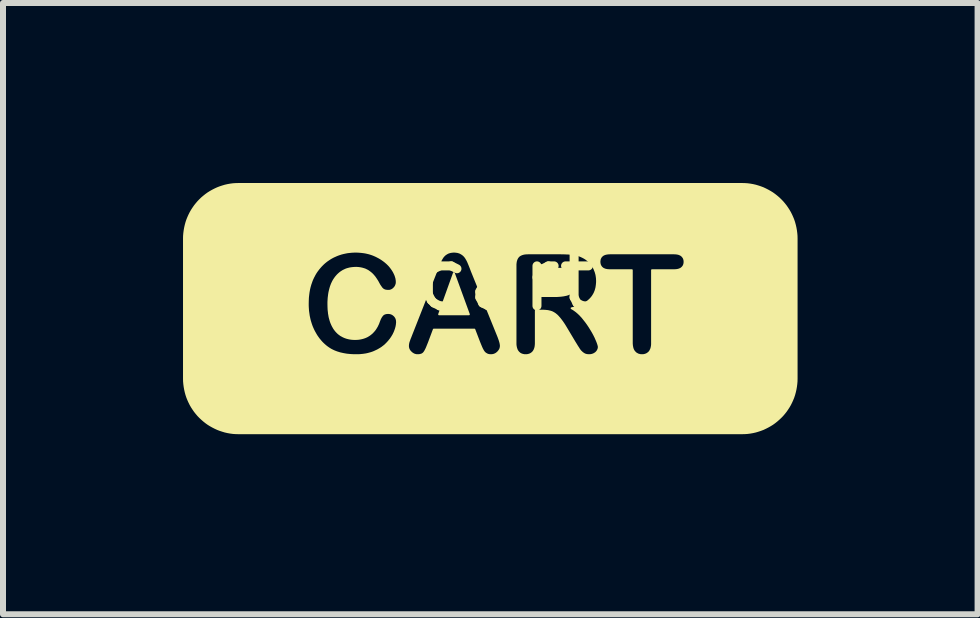
<source format=kicad_pcb>
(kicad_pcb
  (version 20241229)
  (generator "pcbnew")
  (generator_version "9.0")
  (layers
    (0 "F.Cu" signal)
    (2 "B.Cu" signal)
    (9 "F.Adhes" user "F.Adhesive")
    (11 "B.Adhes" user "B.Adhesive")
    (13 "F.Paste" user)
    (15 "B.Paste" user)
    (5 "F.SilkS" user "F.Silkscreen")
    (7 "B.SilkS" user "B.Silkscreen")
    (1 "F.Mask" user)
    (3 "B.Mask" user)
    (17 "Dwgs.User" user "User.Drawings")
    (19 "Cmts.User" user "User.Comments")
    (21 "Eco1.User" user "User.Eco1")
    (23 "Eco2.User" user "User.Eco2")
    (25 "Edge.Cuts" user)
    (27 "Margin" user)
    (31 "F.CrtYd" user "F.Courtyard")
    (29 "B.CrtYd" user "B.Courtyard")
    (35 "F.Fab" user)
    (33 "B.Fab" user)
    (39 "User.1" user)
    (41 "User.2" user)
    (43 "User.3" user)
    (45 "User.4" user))
  (footprint "cart"
    (layer "F.Cu")
    (at 5.375 2.093)
    (property "Reference" "cart" (at 0 -0.5 0) (unlocked yes) (layer "F.SilkS") (effects (font (size 1 1) (thickness 0.15))))
    (attr smd)
    (fp_poly (pts (xy -0.61 0.096) (xy -1.108 0.096) (xy -0.861 -0.592)) (stroke (width 0.03) (type solid)) (fill yes) (layer "F.SilkS"))
    (fp_poly (pts (xy 0.857 -0.666) (xy 0.896 -0.664) (xy 0.913 -0.664) (xy 0.93 -0.663) (xy 0.946 -0.661) (xy 0.961 -0.66) (xy 0.975 -0.658) (xy 0.988 -0.656) (xy 1.001 -0.654) (xy 1.012 -0.652) (xy 1.023 -0.65) (xy 1.032 -0.647) (xy 1.041 -0.644) (xy 1.049 -0.641) (xy 1.056 -0.638) (xy 1.064 -0.634) (xy 1.071 -0.63) (xy 1.078 -0.626) (xy 1.085 -0.622) (xy 1.092 -0.618) (xy 1.098 -0.613) (xy 1.105 -0.608) (xy 1.111 -0.603) (xy 1.116 -0.598) (xy 1.122 -0.592) (xy 1.127 -0.587) (xy 1.132 -0.581) (xy 1.137 -0.574) (xy 1.142 -0.568) (xy 1.147 -0.562) (xy 1.151 -0.555) (xy 1.155 -0.548) (xy 1.159 -0.541) (xy 1.162 -0.534) (xy 1.165 -0.527) (xy 1.168 -0.52) (xy 1.171 -0.512) (xy 1.173 -0.505) (xy 1.175 -0.497) (xy 1.177 -0.489) (xy 1.178 -0.482) (xy 1.18 -0.473) (xy 1.181 -0.465) (xy 1.181 -0.457) (xy 1.182 -0.448) (xy 1.182 -0.44) (xy 1.182 -0.429) (xy 1.181 -0.418) (xy 1.18 -0.408) (xy 1.179 -0.398) (xy 1.177 -0.388) (xy 1.176 -0.379) (xy 1.173 -0.369) (xy 1.171 -0.361) (xy 1.168 -0.352) (xy 1.164 -0.344) (xy 1.161 -0.336) (xy 1.157 -0.328) (xy 1.153 -0.32) (xy 1.148 -0.313) (xy 1.143 -0.307) (xy 1.137 -0.3) (xy 1.132 -0.294) (xy 1.126 -0.288) (xy 1.12 -0.282) (xy 1.113 -0.277) (xy 1.107 -0.271) (xy 1.099 -0.266) (xy 1.092 -0.262) (xy 1.084 -0.257) (xy 1.076 -0.253) (xy 1.068 -0.249) (xy 1.059 -0.245) (xy 1.05 -0.241) (xy 1.041 -0.237) (xy 1.031 -0.234) (xy 1.021 -0.231) (xy 1.011 -0.228) (xy 0.99 -0.224) (xy 0.967 -0.219) (xy 0.944 -0.216) (xy 0.919 -0.213) (xy 0.892 -0.211) (xy 0.865 -0.209) (xy 0.836 -0.208) (xy 0.807 -0.208) (xy 0.504 -0.208) (xy 0.504 -0.666) (xy 0.816 -0.666)) (stroke (width 0.03) (type solid)) (fill yes) (layer "F.SilkS"))
    (fp_poly (pts (xy 3.985 -2.077) (xy 4.032 -2.074) (xy 4.078 -2.068) (xy 4.123 -2.06) (xy 4.167 -2.05) (xy 4.211 -2.037) (xy 4.253 -2.023) (xy 4.295 -2.007) (xy 4.335 -1.988) (xy 4.374 -1.968) (xy 4.413 -1.946) (xy 4.45 -1.923) (xy 4.486 -1.897) (xy 4.52 -1.87) (xy 4.553 -1.842) (xy 4.585 -1.811) (xy 4.615 -1.78) (xy 4.644 -1.746) (xy 4.671 -1.712) (xy 4.696 -1.676) (xy 4.72 -1.639) (xy 4.742 -1.601) (xy 4.762 -1.561) (xy 4.78 -1.521) (xy 4.797 -1.479) (xy 4.811 -1.437) (xy 4.823 -1.393) (xy 4.833 -1.349) (xy 4.841 -1.304) (xy 4.847 -1.258) (xy 4.851 -1.212) (xy 4.852 -1.165) (xy 4.852 1.164) (xy 4.851 1.212) (xy 4.847 1.258) (xy 4.841 1.304) (xy 4.833 1.349) (xy 4.823 1.393) (xy 4.811 1.437) (xy 4.797 1.479) (xy 4.78 1.521) (xy 4.762 1.561) (xy 4.742 1.601) (xy 4.72 1.639) (xy 4.696 1.676) (xy 4.671 1.712) (xy 4.644 1.746) (xy 4.615 1.78) (xy 4.585 1.811) (xy 4.553 1.841) (xy 4.52 1.87) (xy 4.486 1.897) (xy 4.45 1.923) (xy 4.413 1.946) (xy 4.374 1.968) (xy 4.335 1.988) (xy 4.295 2.007) (xy 4.253 2.023) (xy 4.211 2.037) (xy 4.167 2.05) (xy 4.123 2.06) (xy 4.078 2.068) (xy 4.032 2.074) (xy 3.985 2.077) (xy 3.938 2.078) (xy -4.446 2.078) (xy -4.493 2.077) (xy -4.54 2.074) (xy -4.586 2.068) (xy -4.631 2.06) (xy -4.675 2.05) (xy -4.718 2.037) (xy -4.761 2.023) (xy -4.802 2.007) (xy -4.843 1.988) (xy -4.882 1.968) (xy -4.921 1.946) (xy -4.958 1.923) (xy -4.994 1.897) (xy -5.028 1.87) (xy -5.061 1.841) (xy -5.093 1.811) (xy -5.123 1.78) (xy -5.152 1.746) (xy -5.179 1.712) (xy -5.204 1.676) (xy -5.228 1.639) (xy -5.25 1.601) (xy -5.27 1.561) (xy -5.288 1.521) (xy -5.305 1.479) (xy -5.319 1.437) (xy -5.331 1.393) (xy -5.341 1.349) (xy -5.349 1.304) (xy -5.355 1.258) (xy -5.359 1.212) (xy -5.36 1.164) (xy -5.36 -0.084) (xy -3.295 -0.084) (xy -3.295 -0.053) (xy -3.294 -0.023) (xy -3.292 0.007) (xy -3.29 0.037) (xy -3.286 0.066) (xy -3.282 0.094) (xy -3.278 0.122) (xy -3.272 0.15) (xy -3.266 0.178) (xy -3.259 0.205) (xy -3.251 0.231) (xy -3.243 0.257) (xy -3.234 0.283) (xy -3.224 0.309) (xy -3.213 0.334) (xy -3.202 0.358) (xy -3.19 0.382) (xy -3.177 0.405) (xy -3.164 0.428) (xy -3.151 0.45) (xy -3.136 0.472) (xy -3.121 0.493) (xy -3.106 0.513) (xy -3.089 0.533) (xy -3.08 0.544) (xy -3.071 0.554) (xy -3.061 0.565) (xy -3.052 0.574) (xy -3.042 0.584) (xy -3.032 0.593) (xy -3.022 0.603) (xy -3.012 0.611) (xy -3.002 0.62) (xy -2.992 0.628) (xy -2.981 0.637) (xy -2.971 0.644) (xy -2.96 0.652) (xy -2.95 0.659) (xy -2.939 0.666) (xy -2.928 0.673) (xy -2.906 0.686) (xy -2.882 0.698) (xy -2.859 0.709) (xy -2.834 0.719) (xy -2.81 0.728) (xy -2.784 0.736) (xy -2.758 0.744) (xy -2.731 0.75) (xy -2.704 0.756) (xy -2.676 0.761) (xy -2.647 0.766) (xy -2.617 0.769) (xy -2.587 0.772) (xy -2.556 0.774) (xy -2.524 0.775) (xy -2.491 0.775) (xy -2.47 0.775) (xy -2.449 0.775) (xy -2.428 0.774) (xy -2.407 0.772) (xy -2.387 0.77) (xy -2.367 0.768) (xy -2.348 0.765) (xy -2.328 0.762) (xy -2.309 0.758) (xy -2.291 0.754) (xy -2.273 0.749) (xy -2.255 0.744) (xy -2.237 0.739) (xy -2.22 0.733) (xy -2.203 0.727) (xy -2.187 0.72) (xy -2.171 0.713) (xy -2.155 0.705) (xy -2.139 0.698) (xy -2.124 0.69) (xy -2.11 0.682) (xy -2.095 0.673) (xy -2.081 0.665) (xy -2.068 0.656) (xy -2.054 0.647) (xy -2.042 0.637) (xy -2.029 0.628) (xy -2.024 0.623) (xy -1.625 0.623) (xy -1.625 0.631) (xy -1.624 0.638) (xy -1.623 0.645) (xy -1.622 0.652) (xy -1.62 0.659) (xy -1.618 0.666) (xy -1.616 0.673) (xy -1.613 0.679) (xy -1.61 0.686) (xy -1.606 0.692) (xy -1.602 0.699) (xy -1.598 0.705) (xy -1.593 0.711) (xy -1.588 0.717) (xy -1.582 0.723) (xy -1.576 0.729) (xy -1.57 0.735) (xy -1.564 0.74) (xy -1.557 0.745) (xy -1.551 0.749) (xy -1.544 0.754) (xy -1.538 0.757) (xy -1.531 0.761) (xy -1.524 0.764) (xy -1.517 0.767) (xy -1.509 0.769) (xy -1.502 0.771) (xy -1.495 0.773) (xy -1.487 0.774) (xy -1.479 0.775) (xy -1.472 0.775) (xy -1.464 0.775) (xy -1.455 0.775) (xy -1.446 0.775) (xy -1.437 0.774) (xy -1.429 0.773) (xy -1.421 0.771) (xy -1.413 0.769) (xy -1.406 0.767) (xy -1.399 0.765) (xy -1.393 0.762) (xy -1.386 0.759) (xy -1.38 0.755) (xy -1.378 0.753) (xy -1.375 0.751) (xy -1.372 0.749) (xy -1.37 0.747) (xy -1.367 0.745) (xy -1.365 0.742) (xy -1.362 0.74) (xy -1.36 0.738) (xy -1.358 0.735) (xy -1.356 0.732) (xy -1.347 0.72) (xy -1.338 0.705) (xy -1.329 0.688) (xy -1.319 0.668) (xy -1.309 0.645) (xy -1.299 0.62) (xy -1.288 0.593) (xy -1.276 0.563) (xy -1.196 0.349) (xy -0.519 0.349) (xy -0.439 0.558) (xy -0.422 0.6) (xy -0.402 0.648) (xy -0.396 0.66) (xy -0.391 0.672) (xy -0.385 0.682) (xy -0.38 0.692) (xy -0.375 0.701) (xy -0.37 0.709) (xy -0.367 0.713) (xy -0.365 0.717) (xy -0.362 0.72) (xy -0.36 0.723) (xy -0.357 0.726) (xy -0.355 0.729) (xy -0.352 0.732) (xy -0.35 0.735) (xy -0.347 0.737) (xy -0.344 0.74) (xy -0.341 0.742) (xy -0.338 0.745) (xy -0.335 0.747) (xy -0.332 0.749) (xy -0.329 0.751) (xy -0.326 0.753) (xy -0.322 0.755) (xy -0.319 0.757) (xy -0.316 0.759) (xy -0.312 0.761) (xy -0.308 0.763) (xy -0.305 0.764) (xy -0.301 0.766) (xy -0.297 0.767) (xy -0.293 0.769) (xy -0.289 0.77) (xy -0.285 0.771) (xy -0.281 0.772) (xy -0.276 0.773) (xy -0.272 0.773) (xy -0.268 0.774) (xy -0.263 0.775) (xy -0.258 0.775) (xy -0.254 0.775) (xy -0.249 0.775) (xy -0.244 0.775) (xy -0.235 0.775) (xy -0.227 0.775) (xy -0.219 0.774) (xy -0.211 0.772) (xy -0.203 0.771) (xy -0.196 0.769) (xy -0.188 0.766) (xy -0.181 0.764) (xy -0.174 0.76) (xy -0.167 0.757) (xy -0.16 0.753) (xy -0.153 0.749) (xy -0.147 0.744) (xy -0.14 0.739) (xy -0.134 0.733) (xy -0.128 0.728) (xy -0.122 0.722) (xy -0.116 0.715) (xy -0.111 0.709) (xy -0.107 0.703) (xy -0.102 0.696) (xy -0.098 0.69) (xy -0.094 0.683) (xy -0.091 0.677) (xy -0.088 0.67) (xy -0.086 0.663) (xy -0.084 0.656) (xy -0.082 0.649) (xy -0.081 0.642) (xy -0.08 0.635) (xy -0.079 0.628) (xy -0.079 0.621) (xy -0.079 0.614) (xy -0.08 0.606) (xy -0.081 0.598) (xy -0.082 0.589) (xy -0.084 0.58) (xy -0.086 0.57) (xy 0.167 0.57) (xy 0.167 0.582) (xy 0.167 0.594) (xy 0.168 0.606) (xy 0.169 0.617) (xy 0.171 0.628) (xy 0.173 0.639) (xy 0.175 0.649) (xy 0.178 0.659) (xy 0.181 0.668) (xy 0.184 0.677) (xy 0.187 0.686) (xy 0.191 0.694) (xy 0.196 0.702) (xy 0.2 0.709) (xy 0.205 0.716) (xy 0.211 0.723) (xy 0.217 0.73) (xy 0.223 0.735) (xy 0.229 0.741) (xy 0.235 0.746) (xy 0.242 0.751) (xy 0.249 0.755) (xy 0.257 0.759) (xy 0.264 0.762) (xy 0.272 0.765) (xy 0.281 0.768) (xy 0.289 0.77) (xy 0.298 0.772) (xy 0.307 0.774) (xy 0.316 0.775) (xy 0.326 0.775) (xy 0.336 0.775) (xy 0.345 0.775) (xy 0.354 0.775) (xy 0.363 0.774) (xy 0.372 0.772) (xy 0.38 0.771) (xy 0.388 0.768) (xy 0.396 0.766) (xy 0.404 0.763) (xy 0.411 0.76) (xy 0.419 0.756) (xy 0.426 0.752) (xy 0.433 0.747) (xy 0.439 0.743) (xy 0.446 0.737) (xy 0.452 0.732) (xy 0.458 0.726) (xy 0.463 0.719) (xy 0.469 0.712) (xy 0.473 0.705) (xy 0.478 0.697) (xy 0.482 0.689) (xy 0.486 0.68) (xy 0.489 0.671) (xy 0.493 0.662) (xy 0.495 0.652) (xy 0.498 0.641) (xy 0.5 0.63) (xy 0.501 0.619) (xy 0.503 0.607) (xy 0.503 0.595) (xy 0.504 0.583) (xy 0.504 0.57) (xy 0.504 0.034) (xy 0.622 0.034) (xy 0.634 0.034) (xy 0.644 0.035) (xy 0.655 0.035) (xy 0.665 0.036) (xy 0.676 0.037) (xy 0.686 0.038) (xy 0.695 0.039) (xy 0.705 0.04) (xy 0.714 0.042) (xy 0.723 0.044) (xy 0.731 0.046) (xy 0.74 0.048) (xy 0.748 0.05) (xy 0.756 0.053) (xy 0.764 0.055) (xy 0.771 0.058) (xy 0.779 0.061) (xy 0.786 0.065) (xy 0.794 0.069) (xy 0.801 0.073) (xy 0.808 0.077) (xy 0.815 0.082) (xy 0.823 0.087) (xy 0.83 0.092) (xy 0.837 0.098) (xy 0.844 0.104) (xy 0.852 0.11) (xy 0.859 0.117) (xy 0.866 0.124) (xy 0.873 0.131) (xy 0.88 0.139) (xy 0.887 0.147) (xy 0.902 0.164) (xy 0.917 0.183) (xy 0.933 0.204) (xy 0.949 0.226) (xy 0.966 0.251) (xy 0.983 0.277) (xy 1 0.305) (xy 1.018 0.335) (xy 1.153 0.561) (xy 1.176 0.598) (xy 1.196 0.631) (xy 1.214 0.658) (xy 1.228 0.681) (xy 1.232 0.686) (xy 1.236 0.691) (xy 1.239 0.696) (xy 1.243 0.701) (xy 1.247 0.705) (xy 1.251 0.71) (xy 1.255 0.714) (xy 1.259 0.718) (xy 1.264 0.722) (xy 1.268 0.727) (xy 1.272 0.73) (xy 1.277 0.734) (xy 1.281 0.738) (xy 1.286 0.741) (xy 1.291 0.745) (xy 1.295 0.748) (xy 1.3 0.751) (xy 1.305 0.755) (xy 1.311 0.757) (xy 1.316 0.76) (xy 1.321 0.763) (xy 1.327 0.765) (xy 1.333 0.767) (xy 1.339 0.769) (xy 1.345 0.77) (xy 1.351 0.772) (xy 1.357 0.773) (xy 1.364 0.774) (xy 1.37 0.774) (xy 1.377 0.775) (xy 1.384 0.775) (xy 1.391 0.775) (xy 1.397 0.775) (xy 1.403 0.775) (xy 1.408 0.775) (xy 1.414 0.774) (xy 1.42 0.774) (xy 1.425 0.773) (xy 1.431 0.772) (xy 1.436 0.771) (xy 1.441 0.769) (xy 1.446 0.768) (xy 1.451 0.766) (xy 1.456 0.765) (xy 1.461 0.763) (xy 1.466 0.761) (xy 1.471 0.759) (xy 1.475 0.756) (xy 1.48 0.754) (xy 1.484 0.751) (xy 1.488 0.749) (xy 1.492 0.746) (xy 1.496 0.744) (xy 1.5 0.741) (xy 1.504 0.738) (xy 1.508 0.735) (xy 1.511 0.731) (xy 1.514 0.728) (xy 1.518 0.725) (xy 1.521 0.721) (xy 1.524 0.718) (xy 1.527 0.714) (xy 1.529 0.71) (xy 1.532 0.706) (xy 1.535 0.702) (xy 1.537 0.698) (xy 1.539 0.694) (xy 1.541 0.69) (xy 1.543 0.686) (xy 1.545 0.681) (xy 1.547 0.677) (xy 1.548 0.673) (xy 1.549 0.669) (xy 1.551 0.665) (xy 1.551 0.661) (xy 1.552 0.657) (xy 1.553 0.653) (xy 1.553 0.649) (xy 1.553 0.644) (xy 1.554 0.64) (xy 1.553 0.636) (xy 1.553 0.631) (xy 1.552 0.626) (xy 1.551 0.621) (xy 1.548 0.609) (xy 1.544 0.595) (xy 1.539 0.58) (xy 1.533 0.563) (xy 1.526 0.545) (xy 1.517 0.524) (xy 1.508 0.503) (xy 1.498 0.48) (xy 1.487 0.458) (xy 1.475 0.434) (xy 1.462 0.41) (xy 1.448 0.385) (xy 1.433 0.36) (xy 1.417 0.334) (xy 1.401 0.308) (xy 1.384 0.282) (xy 1.367 0.257) (xy 1.349 0.232) (xy 1.33 0.207) (xy 1.311 0.183) (xy 1.292 0.159) (xy 1.272 0.135) (xy 1.261 0.124) (xy 1.251 0.113) (xy 1.241 0.102) (xy 1.23 0.092) (xy 1.22 0.082) (xy 1.209 0.072) (xy 1.198 0.063) (xy 1.188 0.054) (xy 1.177 0.045) (xy 1.166 0.037) (xy 1.155 0.029) (xy 1.144 0.021) (xy 1.133 0.014) (xy 1.122 0.007) (xy 1.111 0.001) (xy 1.1 -0.006) (xy 1.126 -0.012) (xy 1.152 -0.018) (xy 1.176 -0.025) (xy 1.2 -0.033) (xy 1.223 -0.041) (xy 1.245 -0.05) (xy 1.266 -0.059) (xy 1.286 -0.068) (xy 1.306 -0.078) (xy 1.324 -0.089) (xy 1.342 -0.1) (xy 1.359 -0.112) (xy 1.375 -0.124) (xy 1.39 -0.137) (xy 1.405 -0.15) (xy 1.418 -0.164) (xy 1.431 -0.178) (xy 1.443 -0.193) (xy 1.454 -0.208) (xy 1.464 -0.224) (xy 1.474 -0.241) (xy 1.483 -0.258) (xy 1.49 -0.275) (xy 1.498 -0.294) (xy 1.504 -0.313) (xy 1.509 -0.332) (xy 1.514 -0.352) (xy 1.517 -0.373) (xy 1.52 -0.394) (xy 1.522 -0.416) (xy 1.524 -0.439) (xy 1.524 -0.462) (xy 1.524 -0.473) (xy 1.523 -0.484) (xy 1.523 -0.495) (xy 1.522 -0.506) (xy 1.521 -0.517) (xy 1.519 -0.528) (xy 1.518 -0.539) (xy 1.516 -0.55) (xy 1.514 -0.561) (xy 1.512 -0.571) (xy 1.509 -0.582) (xy 1.506 -0.592) (xy 1.503 -0.603) (xy 1.5 -0.613) (xy 1.496 -0.623) (xy 1.492 -0.633) (xy 1.488 -0.643) (xy 1.484 -0.653) (xy 1.48 -0.663) (xy 1.475 -0.673) (xy 1.47 -0.682) (xy 1.465 -0.692) (xy 1.46 -0.701) (xy 1.454 -0.71) (xy 1.448 -0.719) (xy 1.442 -0.727) (xy 1.436 -0.736) (xy 1.429 -0.744) (xy 1.423 -0.753) (xy 1.416 -0.761) (xy 1.409 -0.769) (xy 1.401 -0.776) (xy 1.398 -0.78) (xy 1.566 -0.78) (xy 1.566 -0.772) (xy 1.567 -0.765) (xy 1.568 -0.757) (xy 1.569 -0.75) (xy 1.57 -0.743) (xy 1.572 -0.736) (xy 1.574 -0.73) (xy 1.577 -0.723) (xy 1.579 -0.717) (xy 1.583 -0.711) (xy 1.586 -0.705) (xy 1.59 -0.699) (xy 1.594 -0.694) (xy 1.598 -0.689) (xy 1.603 -0.683) (xy 1.608 -0.679) (xy 1.614 -0.674) (xy 1.619 -0.67) (xy 1.625 -0.666) (xy 1.632 -0.662) (xy 1.639 -0.659) (xy 1.646 -0.656) (xy 1.653 -0.653) (xy 1.661 -0.65) (xy 1.67 -0.648) (xy 1.678 -0.646) (xy 1.687 -0.645) (xy 1.696 -0.643) (xy 1.706 -0.642) (xy 1.716 -0.642) (xy 1.726 -0.641) (xy 1.737 -0.641) (xy 2.105 -0.641) (xy 2.105 0.57) (xy 2.105 0.582) (xy 2.106 0.595) (xy 2.107 0.607) (xy 2.108 0.618) (xy 2.11 0.629) (xy 2.112 0.64) (xy 2.114 0.65) (xy 2.117 0.66) (xy 2.12 0.67) (xy 2.123 0.679) (xy 2.127 0.687) (xy 2.131 0.695) (xy 2.136 0.703) (xy 2.141 0.711) (xy 2.146 0.718) (xy 2.152 0.724) (xy 2.158 0.73) (xy 2.164 0.736) (xy 2.17 0.742) (xy 2.177 0.747) (xy 2.184 0.751) (xy 2.191 0.755) (xy 2.199 0.759) (xy 2.206 0.763) (xy 2.214 0.766) (xy 2.222 0.768) (xy 2.23 0.77) (xy 2.238 0.772) (xy 2.247 0.774) (xy 2.256 0.775) (xy 2.265 0.775) (xy 2.274 0.775) (xy 2.283 0.775) (xy 2.292 0.775) (xy 2.301 0.774) (xy 2.31 0.772) (xy 2.318 0.771) (xy 2.326 0.768) (xy 2.334 0.766) (xy 2.341 0.763) (xy 2.349 0.76) (xy 2.356 0.756) (xy 2.363 0.752) (xy 2.37 0.747) (xy 2.376 0.743) (xy 2.383 0.737) (xy 2.389 0.732) (xy 2.395 0.726) (xy 2.401 0.719) (xy 2.406 0.712) (xy 2.411 0.704) (xy 2.415 0.697) (xy 2.419 0.688) (xy 2.423 0.68) (xy 2.427 0.671) (xy 2.43 0.661) (xy 2.433 0.651) (xy 2.435 0.641) (xy 2.437 0.63) (xy 2.439 0.619) (xy 2.44 0.607) (xy 2.441 0.595) (xy 2.441 0.583) (xy 2.441 0.57) (xy 2.441 -0.641) (xy 2.81 -0.641) (xy 2.82 -0.641) (xy 2.831 -0.642) (xy 2.841 -0.642) (xy 2.85 -0.643) (xy 2.86 -0.645) (xy 2.868 -0.646) (xy 2.877 -0.648) (xy 2.885 -0.65) (xy 2.893 -0.653) (xy 2.901 -0.656) (xy 2.908 -0.659) (xy 2.915 -0.662) (xy 2.922 -0.666) (xy 2.928 -0.67) (xy 2.934 -0.674) (xy 2.939 -0.679) (xy 2.945 -0.683) (xy 2.949 -0.689) (xy 2.954 -0.694) (xy 2.958 -0.699) (xy 2.962 -0.705) (xy 2.966 -0.711) (xy 2.969 -0.717) (xy 2.972 -0.723) (xy 2.974 -0.73) (xy 2.977 -0.736) (xy 2.978 -0.743) (xy 2.98 -0.75) (xy 2.981 -0.757) (xy 2.982 -0.765) (xy 2.982 -0.772) (xy 2.983 -0.78) (xy 2.982 -0.788) (xy 2.982 -0.795) (xy 2.981 -0.802) (xy 2.98 -0.81) (xy 2.978 -0.817) (xy 2.977 -0.823) (xy 2.974 -0.83) (xy 2.972 -0.836) (xy 2.969 -0.843) (xy 2.966 -0.849) (xy 2.962 -0.854) (xy 2.958 -0.86) (xy 2.954 -0.866) (xy 2.949 -0.871) (xy 2.945 -0.876) (xy 2.939 -0.881) (xy 2.934 -0.886) (xy 2.928 -0.89) (xy 2.922 -0.894) (xy 2.915 -0.898) (xy 2.909 -0.901) (xy 2.901 -0.904) (xy 2.894 -0.907) (xy 2.886 -0.91) (xy 2.878 -0.912) (xy 2.869 -0.914) (xy 2.86 -0.916) (xy 2.851 -0.917) (xy 2.841 -0.918) (xy 2.831 -0.919) (xy 2.821 -0.919) (xy 2.81 -0.92) (xy 1.737 -0.92) (xy 1.726 -0.919) (xy 1.717 -0.919) (xy 1.707 -0.918) (xy 1.698 -0.917) (xy 1.689 -0.916) (xy 1.68 -0.914) (xy 1.671 -0.912) (xy 1.663 -0.91) (xy 1.655 -0.908) (xy 1.648 -0.905) (xy 1.641 -0.902) (xy 1.634 -0.899) (xy 1.627 -0.895) (xy 1.621 -0.891) (xy 1.615 -0.887) (xy 1.609 -0.882) (xy 1.604 -0.877) (xy 1.599 -0.872) (xy 1.595 -0.867) (xy 1.59 -0.862) (xy 1.586 -0.856) (xy 1.583 -0.85) (xy 1.58 -0.844) (xy 1.577 -0.838) (xy 1.574 -0.831) (xy 1.572 -0.825) (xy 1.57 -0.818) (xy 1.569 -0.81) (xy 1.568 -0.803) (xy 1.567 -0.796) (xy 1.566 -0.788) (xy 1.566 -0.78) (xy 1.398 -0.78) (xy 1.394 -0.784) (xy 1.386 -0.791) (xy 1.378 -0.798) (xy 1.37 -0.805) (xy 1.362 -0.812) (xy 1.353 -0.818) (xy 1.345 -0.825) (xy 1.336 -0.831) (xy 1.328 -0.836) (xy 1.319 -0.842) (xy 1.31 -0.847) (xy 1.301 -0.852) (xy 1.291 -0.857) (xy 1.282 -0.862) (xy 1.272 -0.866) (xy 1.263 -0.871) (xy 1.246 -0.878) (xy 1.229 -0.884) (xy 1.212 -0.89) (xy 1.194 -0.895) (xy 1.175 -0.9) (xy 1.156 -0.904) (xy 1.137 -0.907) (xy 1.117 -0.909) (xy 1.096 -0.912) (xy 1.075 -0.914) (xy 1.052 -0.916) (xy 1.028 -0.917) (xy 1.003 -0.918) (xy 0.977 -0.919) (xy 0.951 -0.919) (xy 0.923 -0.92) (xy 0.373 -0.92) (xy 0.36 -0.919) (xy 0.347 -0.919) (xy 0.335 -0.918) (xy 0.323 -0.917) (xy 0.311 -0.915) (xy 0.3 -0.913) (xy 0.29 -0.91) (xy 0.279 -0.907) (xy 0.27 -0.904) (xy 0.261 -0.9) (xy 0.252 -0.896) (xy 0.244 -0.892) (xy 0.236 -0.887) (xy 0.229 -0.882) (xy 0.222 -0.877) (xy 0.216 -0.871) (xy 0.21 -0.864) (xy 0.204 -0.857) (xy 0.199 -0.85) (xy 0.194 -0.842) (xy 0.19 -0.834) (xy 0.186 -0.826) (xy 0.182 -0.816) (xy 0.179 -0.807) (xy 0.176 -0.797) (xy 0.173 -0.786) (xy 0.171 -0.775) (xy 0.17 -0.763) (xy 0.168 -0.751) (xy 0.167 -0.739) (xy 0.167 -0.726) (xy 0.167 -0.713) (xy 0.167 0.57) (xy -0.086 0.57) (xy -0.086 0.57) (xy -0.092 0.548) (xy -0.099 0.525) (xy -0.108 0.5) (xy -0.118 0.472) (xy -0.13 0.442) (xy -0.566 -0.633) (xy -0.58 -0.671) (xy -0.594 -0.706) (xy -0.606 -0.736) (xy -0.617 -0.762) (xy -0.622 -0.774) (xy -0.627 -0.786) (xy -0.633 -0.797) (xy -0.639 -0.809) (xy -0.645 -0.82) (xy -0.652 -0.831) (xy -0.658 -0.842) (xy -0.666 -0.853) (xy -0.669 -0.858) (xy -0.673 -0.863) (xy -0.677 -0.868) (xy -0.681 -0.873) (xy -0.685 -0.877) (xy -0.69 -0.882) (xy -0.694 -0.886) (xy -0.699 -0.891) (xy -0.704 -0.895) (xy -0.709 -0.899) (xy -0.714 -0.903) (xy -0.719 -0.907) (xy -0.725 -0.91) (xy -0.73 -0.914) (xy -0.736 -0.917) (xy -0.742 -0.921) (xy -0.748 -0.924) (xy -0.754 -0.927) (xy -0.76 -0.93) (xy -0.767 -0.933) (xy -0.773 -0.935) (xy -0.78 -0.937) (xy -0.787 -0.939) (xy -0.794 -0.941) (xy -0.802 -0.943) (xy -0.809 -0.944) (xy -0.817 -0.945) (xy -0.825 -0.946) (xy -0.833 -0.947) (xy -0.842 -0.948) (xy -0.85 -0.948) (xy -0.859 -0.948) (xy -0.867 -0.948) (xy -0.876 -0.948) (xy -0.884 -0.947) (xy -0.892 -0.946) (xy -0.9 -0.945) (xy -0.908 -0.944) (xy -0.915 -0.943) (xy -0.923 -0.941) (xy -0.93 -0.939) (xy -0.937 -0.937) (xy -0.944 -0.935) (xy -0.951 -0.933) (xy -0.957 -0.93) (xy -0.964 -0.927) (xy -0.97 -0.924) (xy -0.976 -0.921) (xy -0.982 -0.917) (xy -0.987 -0.914) (xy -0.993 -0.91) (xy -0.998 -0.907) (xy -1.004 -0.903) (xy -1.009 -0.899) (xy -1.014 -0.895) (xy -1.018 -0.89) (xy -1.023 -0.886) (xy -1.028 -0.881) (xy -1.032 -0.877) (xy -1.036 -0.872) (xy -1.04 -0.867) (xy -1.045 -0.862) (xy -1.048 -0.857) (xy -1.052 -0.851) (xy -1.059 -0.84) (xy -1.066 -0.828) (xy -1.073 -0.816) (xy -1.08 -0.803) (xy -1.087 -0.789) (xy -1.094 -0.774) (xy -1.1 -0.758) (xy -1.107 -0.742) (xy -1.15 -0.631) (xy -1.576 0.451) (xy -1.588 0.482) (xy -1.594 0.496) (xy -1.599 0.509) (xy -1.603 0.521) (xy -1.607 0.533) (xy -1.611 0.543) (xy -1.614 0.553) (xy -1.617 0.562) (xy -1.619 0.571) (xy -1.621 0.58) (xy -1.622 0.589) (xy -1.624 0.597) (xy -1.624 0.606) (xy -1.625 0.615) (xy -1.625 0.623) (xy -2.024 0.623) (xy -2.017 0.618) (xy -2.005 0.608) (xy -1.994 0.597) (xy -1.983 0.586) (xy -1.972 0.575) (xy -1.962 0.564) (xy -1.952 0.553) (xy -1.942 0.542) (xy -1.933 0.53) (xy -1.924 0.519) (xy -1.915 0.508) (xy -1.907 0.496) (xy -1.899 0.485) (xy -1.892 0.474) (xy -1.885 0.462) (xy -1.878 0.451) (xy -1.871 0.439) (xy -1.865 0.428) (xy -1.86 0.416) (xy -1.854 0.405) (xy -1.849 0.393) (xy -1.844 0.382) (xy -1.84 0.37) (xy -1.836 0.359) (xy -1.832 0.348) (xy -1.828 0.337) (xy -1.825 0.325) (xy -1.822 0.315) (xy -1.819 0.304) (xy -1.817 0.293) (xy -1.815 0.282) (xy -1.813 0.272) (xy -1.812 0.261) (xy -1.811 0.251) (xy -1.81 0.241) (xy -1.809 0.231) (xy -1.809 0.221) (xy -1.809 0.221) (xy -1.81 0.213) (xy -1.81 0.205) (xy -1.811 0.198) (xy -1.812 0.191) (xy -1.814 0.184) (xy -1.815 0.177) (xy -1.818 0.17) (xy -1.82 0.163) (xy -1.823 0.157) (xy -1.826 0.151) (xy -1.83 0.144) (xy -1.834 0.138) (xy -1.838 0.133) (xy -1.842 0.127) (xy -1.847 0.121) (xy -1.853 0.116) (xy -1.858 0.111) (xy -1.864 0.106) (xy -1.869 0.102) (xy -1.875 0.098) (xy -1.881 0.094) (xy -1.887 0.09) (xy -1.894 0.087) (xy -1.9 0.085) (xy -1.907 0.082) (xy -1.913 0.08) (xy -1.92 0.078) (xy -1.927 0.077) (xy -1.934 0.075) (xy -1.941 0.075) (xy -1.949 0.074) (xy -1.956 0.074) (xy -1.965 0.074) (xy -1.973 0.075) (xy -1.981 0.075) (xy -1.989 0.077) (xy -1.996 0.078) (xy -2.003 0.08) (xy -2.01 0.082) (xy -2.017 0.085) (xy -2.023 0.087) (xy -2.029 0.09) (xy -2.035 0.094) (xy -2.04 0.098) (xy -2.043 0.1) (xy -2.045 0.102) (xy -2.047 0.104) (xy -2.05 0.106) (xy -2.052 0.109) (xy -2.054 0.111) (xy -2.058 0.116) (xy -2.062 0.121) (xy -2.066 0.127) (xy -2.07 0.132) (xy -2.074 0.138) (xy -2.077 0.144) (xy -2.081 0.15) (xy -2.084 0.157) (xy -2.088 0.163) (xy -2.094 0.177) (xy -2.1 0.192) (xy -2.106 0.207) (xy -2.112 0.223) (xy -2.118 0.24) (xy -2.125 0.257) (xy -2.133 0.273) (xy -2.14 0.289) (xy -2.149 0.304) (xy -2.157 0.318) (xy -2.166 0.332) (xy -2.175 0.346) (xy -2.185 0.359) (xy -2.195 0.371) (xy -2.206 0.383) (xy -2.217 0.395) (xy -2.228 0.406) (xy -2.24 0.416) (xy -2.252 0.426) (xy -2.264 0.435) (xy -2.277 0.444) (xy -2.29 0.452) (xy -2.303 0.46) (xy -2.317 0.467) (xy -2.331 0.473) (xy -2.345 0.479) (xy -2.36 0.484) (xy -2.375 0.489) (xy -2.391 0.493) (xy -2.407 0.497) (xy -2.423 0.5) (xy -2.44 0.503) (xy -2.457 0.505) (xy -2.474 0.506) (xy -2.492 0.507) (xy -2.51 0.507) (xy -2.526 0.507) (xy -2.543 0.506) (xy -2.559 0.505) (xy -2.575 0.503) (xy -2.59 0.501) (xy -2.605 0.498) (xy -2.62 0.495) (xy -2.635 0.491) (xy -2.65 0.487) (xy -2.664 0.482) (xy -2.678 0.477) (xy -2.692 0.471) (xy -2.705 0.465) (xy -2.718 0.458) (xy -2.731 0.451) (xy -2.744 0.444) (xy -2.756 0.435) (xy -2.768 0.427) (xy -2.78 0.417) (xy -2.791 0.408) (xy -2.802 0.397) (xy -2.812 0.387) (xy -2.823 0.375) (xy -2.832 0.364) (xy -2.842 0.351) (xy -2.851 0.339) (xy -2.86 0.325) (xy -2.868 0.311) (xy -2.876 0.297) (xy -2.884 0.282) (xy -2.891 0.267) (xy -2.898 0.251) (xy -2.905 0.235) (xy -2.911 0.218) (xy -2.917 0.2) (xy -2.922 0.182) (xy -2.927 0.164) (xy -2.932 0.145) (xy -2.936 0.125) (xy -2.939 0.105) (xy -2.943 0.085) (xy -2.945 0.064) (xy -2.95 0.02) (xy -2.952 -0.025) (xy -2.953 -0.073) (xy -2.953 -0.109) (xy -2.951 -0.143) (xy -2.949 -0.177) (xy -2.945 -0.21) (xy -2.941 -0.242) (xy -2.936 -0.272) (xy -2.929 -0.302) (xy -2.922 -0.33) (xy -2.914 -0.358) (xy -2.905 -0.384) (xy -2.895 -0.41) (xy -2.884 -0.434) (xy -2.872 -0.458) (xy -2.859 -0.48) (xy -2.845 -0.501) (xy -2.83 -0.522) (xy -2.814 -0.541) (xy -2.798 -0.559) (xy -2.781 -0.575) (xy -2.763 -0.591) (xy -2.745 -0.605) (xy -2.725 -0.618) (xy -2.706 -0.63) (xy -2.685 -0.64) (xy -2.664 -0.65) (xy -2.642 -0.658) (xy -2.62 -0.664) (xy -2.597 -0.67) (xy -2.573 -0.674) (xy -2.549 -0.677) (xy -2.524 -0.679) (xy -2.498 -0.68) (xy -2.482 -0.68) (xy -2.466 -0.679) (xy -2.451 -0.678) (xy -2.436 -0.676) (xy -2.421 -0.674) (xy -2.406 -0.671) (xy -2.392 -0.668) (xy -2.378 -0.664) (xy -2.365 -0.66) (xy -2.351 -0.656) (xy -2.338 -0.651) (xy -2.326 -0.645) (xy -2.314 -0.639) (xy -2.302 -0.633) (xy -2.29 -0.626) (xy -2.279 -0.618) (xy -2.268 -0.61) (xy -2.257 -0.602) (xy -2.246 -0.593) (xy -2.235 -0.584) (xy -2.225 -0.574) (xy -2.215 -0.564) (xy -2.205 -0.553) (xy -2.195 -0.541) (xy -2.185 -0.53) (xy -2.176 -0.517) (xy -2.167 -0.504) (xy -2.158 -0.491) (xy -2.149 -0.477) (xy -2.14 -0.463) (xy -2.131 -0.448) (xy -2.123 -0.433) (xy -2.113 -0.415) (xy -2.108 -0.406) (xy -2.104 -0.398) (xy -2.099 -0.39) (xy -2.094 -0.383) (xy -2.09 -0.376) (xy -2.085 -0.369) (xy -2.081 -0.363) (xy -2.076 -0.357) (xy -2.072 -0.351) (xy -2.068 -0.345) (xy -2.064 -0.34) (xy -2.06 -0.336) (xy -2.055 -0.331) (xy -2.051 -0.327) (xy -2.047 -0.324) (xy -2.043 -0.32) (xy -2.038 -0.317) (xy -2.033 -0.314) (xy -2.028 -0.311) (xy -2.022 -0.309) (xy -2.017 -0.306) (xy -2.011 -0.304) (xy -2.004 -0.302) (xy -1.998 -0.301) (xy -1.991 -0.3) (xy -1.984 -0.298) (xy -1.977 -0.298) (xy -1.969 -0.297) (xy -1.962 -0.297) (xy -1.954 -0.297) (xy -1.946 -0.297) (xy -1.939 -0.297) (xy -1.933 -0.298) (xy -1.926 -0.299) (xy -1.919 -0.301) (xy -1.913 -0.303) (xy -1.906 -0.305) (xy -1.9 -0.308) (xy -1.894 -0.311) (xy -1.888 -0.314) (xy -1.882 -0.318) (xy -1.876 -0.322) (xy -1.871 -0.326) (xy -1.865 -0.331) (xy -1.86 -0.336) (xy -1.855 -0.341) (xy -1.85 -0.347) (xy -1.845 -0.352) (xy -1.841 -0.358) (xy -1.837 -0.364) (xy -1.833 -0.37) (xy -1.83 -0.376) (xy -1.827 -0.382) (xy -1.824 -0.389) (xy -1.822 -0.395) (xy -1.82 -0.402) (xy -1.818 -0.408) (xy -1.816 -0.415) (xy -1.815 -0.422) (xy -1.814 -0.429) (xy -1.814 -0.436) (xy -1.814 -0.443) (xy -1.814 -0.456) (xy -1.815 -0.47) (xy -1.817 -0.483) (xy -1.819 -0.497) (xy -1.822 -0.511) (xy -1.826 -0.524) (xy -1.83 -0.538) (xy -1.835 -0.552) (xy -1.84 -0.566) (xy -1.847 -0.58) (xy -1.854 -0.595) (xy -1.861 -0.609) (xy -1.869 -0.623) (xy -1.878 -0.638) (xy -1.888 -0.653) (xy -1.898 -0.667) (xy -1.909 -0.682) (xy -1.92 -0.696) (xy -1.932 -0.711) (xy -1.945 -0.725) (xy -1.958 -0.738) (xy -1.971 -0.751) (xy -1.986 -0.764) (xy -2.001 -0.777) (xy -2.016 -0.789) (xy -2.032 -0.801) (xy -2.049 -0.813) (xy -2.066 -0.825) (xy -2.084 -0.836) (xy -2.102 -0.847) (xy -2.121 -0.857) (xy -2.14 -0.867) (xy -2.16 -0.877) (xy -2.18 -0.886) (xy -2.201 -0.895) (xy -2.222 -0.903) (xy -2.243 -0.91) (xy -2.265 -0.917) (xy -2.287 -0.923) (xy -2.309 -0.928) (xy -2.332 -0.933) (xy -2.355 -0.937) (xy -2.378 -0.94) (xy -2.402 -0.943) (xy -2.426 -0.945) (xy -2.451 -0.947) (xy -2.475 -0.948) (xy -2.501 -0.948) (xy -2.521 -0.948) (xy -2.542 -0.947) (xy -2.562 -0.946) (xy -2.582 -0.944) (xy -2.602 -0.942) (xy -2.622 -0.94) (xy -2.642 -0.937) (xy -2.662 -0.933) (xy -2.681 -0.929) (xy -2.7 -0.925) (xy -2.72 -0.92) (xy -2.739 -0.915) (xy -2.757 -0.909) (xy -2.776 -0.903) (xy -2.795 -0.896) (xy -2.813 -0.889) (xy -2.831 -0.881) (xy -2.849 -0.873) (xy -2.867 -0.865) (xy -2.884 -0.856) (xy -2.901 -0.847) (xy -2.918 -0.837) (xy -2.934 -0.827) (xy -2.95 -0.816) (xy -2.966 -0.805) (xy -2.982 -0.794) (xy -2.997 -0.782) (xy -3.012 -0.77) (xy -3.027 -0.757) (xy -3.041 -0.744) (xy -3.055 -0.73) (xy -3.069 -0.716) (xy -3.082 -0.702) (xy -3.095 -0.687) (xy -3.108 -0.672) (xy -3.12 -0.657) (xy -3.132 -0.641) (xy -3.144 -0.625) (xy -3.155 -0.609) (xy -3.166 -0.592) (xy -3.176 -0.575) (xy -3.186 -0.557) (xy -3.195 -0.539) (xy -3.205 -0.521) (xy -3.213 -0.503) (xy -3.222 -0.484) (xy -3.23 -0.464) (xy -3.237 -0.444) (xy -3.244 -0.424) (xy -3.251 -0.404) (xy -3.257 -0.383) (xy -3.263 -0.362) (xy -3.268 -0.341) (xy -3.273 -0.319) (xy -3.281 -0.275) (xy -3.287 -0.229) (xy -3.292 -0.182) (xy -3.294 -0.134) (xy -3.295 -0.084) (xy -5.36 -0.084) (xy -5.36 -1.165) (xy -5.359 -1.212) (xy -5.355 -1.258) (xy -5.349 -1.304) (xy -5.341 -1.349) (xy -5.331 -1.393) (xy -5.319 -1.437) (xy -5.305 -1.479) (xy -5.288 -1.521) (xy -5.27 -1.561) (xy -5.25 -1.601) (xy -5.228 -1.639) (xy -5.204 -1.676) (xy -5.179 -1.712) (xy -5.152 -1.746) (xy -5.123 -1.78) (xy -5.093 -1.811) (xy -5.061 -1.842) (xy -5.028 -1.87) (xy -4.994 -1.897) (xy -4.958 -1.923) (xy -4.921 -1.946) (xy -4.882 -1.968) (xy -4.843 -1.988) (xy -4.802 -2.007) (xy -4.761 -2.023) (xy -4.718 -2.037) (xy -4.675 -2.05) (xy -4.631 -2.06) (xy -4.586 -2.068) (xy -4.54 -2.074) (xy -4.493 -2.077) (xy -4.446 -2.078) (xy 3.938 -2.078)) (stroke (width 0.03) (type solid)) (fill yes) (layer "F.SilkS")))
  (gr_rect
    (start -3 -3)
    (end 13.242 7.187)
    (stroke (width 0.1) (type default))
    (fill no)
    (layer "Edge.Cuts")))
</source>
